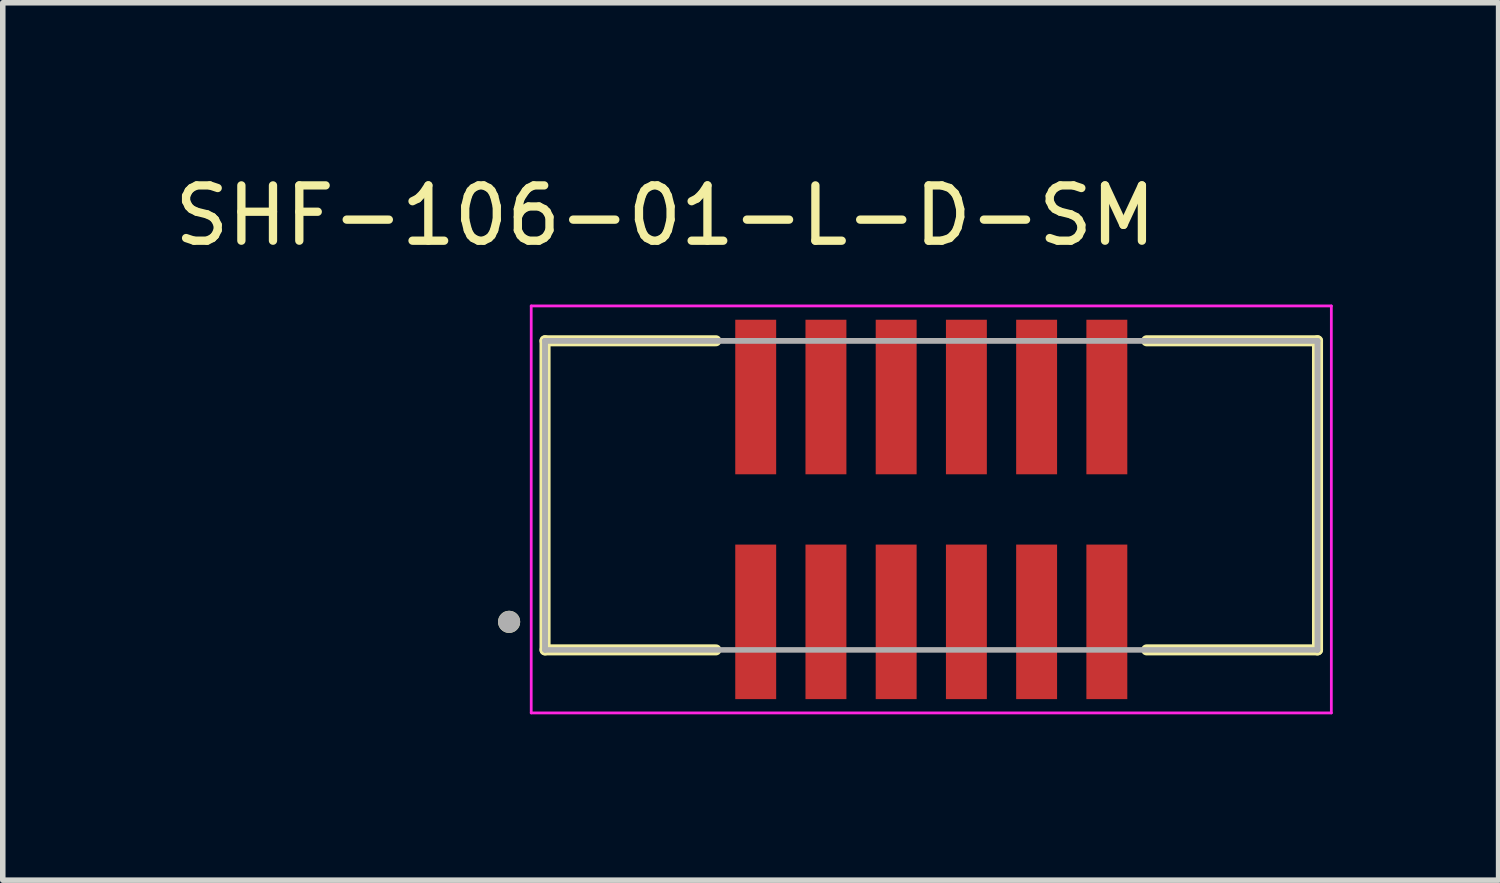
<source format=kicad_pcb>
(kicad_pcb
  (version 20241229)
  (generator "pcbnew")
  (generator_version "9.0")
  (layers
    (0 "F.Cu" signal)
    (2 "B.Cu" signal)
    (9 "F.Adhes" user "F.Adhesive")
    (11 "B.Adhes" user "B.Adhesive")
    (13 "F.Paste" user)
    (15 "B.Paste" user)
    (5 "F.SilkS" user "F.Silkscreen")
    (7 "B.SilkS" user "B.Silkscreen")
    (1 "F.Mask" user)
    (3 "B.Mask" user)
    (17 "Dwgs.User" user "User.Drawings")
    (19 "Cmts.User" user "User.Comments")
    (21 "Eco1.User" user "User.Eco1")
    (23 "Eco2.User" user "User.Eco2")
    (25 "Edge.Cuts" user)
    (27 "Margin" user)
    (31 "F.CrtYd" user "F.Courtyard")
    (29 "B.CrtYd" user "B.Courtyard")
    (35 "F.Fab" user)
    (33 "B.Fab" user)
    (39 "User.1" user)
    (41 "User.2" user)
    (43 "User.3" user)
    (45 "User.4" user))
  (footprint "SHF-106-01-L-D-SM"
    (layer "F.Cu")
    (at 13.792 6.163)
    (property "Reference" "SHF-106-01-L-D-SM" (at -4.81 -5.315 0) (layer "F.SilkS") (effects (font (size 1 1) (thickness 0.15))))
    (attr smd)
    (fp_line (start -6.985 -3.05) (end -3.895 -3.05) (stroke (width 0.2) (type solid)) (layer "F.SilkS"))
    (fp_line (start -6.985 2.54) (end -6.985 -3.05) (stroke (width 0.2) (type solid)) (layer "F.SilkS"))
    (fp_line (start -3.895 2.54) (end -6.985 2.54) (stroke (width 0.2) (type solid)) (layer "F.SilkS"))
    (fp_line (start 3.895 -3.05) (end 6.985 -3.05) (stroke (width 0.2) (type solid)) (layer "F.SilkS"))
    (fp_line (start 3.895 2.54) (end 6.985 2.54) (stroke (width 0.2) (type solid)) (layer "F.SilkS"))
    (fp_line (start 6.985 -3.05) (end 6.985 2.54) (stroke (width 0.2) (type solid)) (layer "F.SilkS"))
    (fp_circle (center -7.635 2.033) (end -7.535 2.033) (stroke (width 0.2) (type solid)) (fill no) (layer "F.SilkS"))
    (fp_line (start -7.235 -3.68) (end 7.235 -3.68) (stroke (width 0.05) (type solid)) (layer "F.CrtYd"))
    (fp_line (start -7.235 3.68) (end -7.235 -3.68) (stroke (width 0.05) (type solid)) (layer "F.CrtYd"))
    (fp_line (start 7.235 -3.68) (end 7.235 3.68) (stroke (width 0.05) (type solid)) (layer "F.CrtYd"))
    (fp_line (start 7.235 3.68) (end -7.235 3.68) (stroke (width 0.05) (type solid)) (layer "F.CrtYd"))
    (fp_line (start -6.985 -3.05) (end 6.985 -3.05) (stroke (width 0.1) (type solid)) (layer "F.Fab"))
    (fp_line (start -6.985 -3.05) (end 6.985 -3.05) (stroke (width 0.1) (type solid)) (layer "F.Fab"))
    (fp_line (start -6.985 2.54) (end -6.985 -3.05) (stroke (width 0.1) (type solid)) (layer "F.Fab"))
    (fp_line (start -6.985 2.54) (end -6.985 -3.05) (stroke (width 0.1) (type solid)) (layer "F.Fab"))
    (fp_line (start 6.985 -3.05) (end 6.985 2.54) (stroke (width 0.1) (type solid)) (layer "F.Fab"))
    (fp_line (start 6.985 -3.05) (end 6.985 2.54) (stroke (width 0.1) (type solid)) (layer "F.Fab"))
    (fp_line (start 6.985 2.54) (end -6.985 2.54) (stroke (width 0.1) (type solid)) (layer "F.Fab"))
    (fp_circle (center -7.635 2.033) (end -7.535 2.033) (stroke (width 0.2) (type solid)) (fill no) (layer "F.Fab"))
    (pad "1" smd rect (at -3.175 2.033) (size 0.74 2.795) (layers "F.Cu" "F.Mask" "F.Paste"))
    (pad "2" smd rect (at -3.175 -2.033) (size 0.74 2.795) (layers "F.Cu" "F.Mask" "F.Paste"))
    (pad "3" smd rect (at -1.905 2.033) (size 0.74 2.795) (layers "F.Cu" "F.Mask" "F.Paste"))
    (pad "4" smd rect (at -1.905 -2.033) (size 0.74 2.795) (layers "F.Cu" "F.Mask" "F.Paste"))
    (pad "5" smd rect (at -0.635 2.033) (size 0.74 2.795) (layers "F.Cu" "F.Mask" "F.Paste"))
    (pad "6" smd rect (at -0.635 -2.033) (size 0.74 2.795) (layers "F.Cu" "F.Mask" "F.Paste"))
    (pad "7" smd rect (at 0.635 2.033) (size 0.74 2.795) (layers "F.Cu" "F.Mask" "F.Paste"))
    (pad "8" smd rect (at 0.635 -2.033) (size 0.74 2.795) (layers "F.Cu" "F.Mask" "F.Paste"))
    (pad "9" smd rect (at 1.905 2.033) (size 0.74 2.795) (layers "F.Cu" "F.Mask" "F.Paste"))
    (pad "10" smd rect (at 1.905 -2.033) (size 0.74 2.795) (layers "F.Cu" "F.Mask" "F.Paste"))
    (pad "11" smd rect (at 3.175 2.033) (size 0.74 2.795) (layers "F.Cu" "F.Mask" "F.Paste"))
    (pad "12" smd rect (at 3.175 -2.033) (size 0.74 2.795) (layers "F.Cu" "F.Mask" "F.Paste")))
  (gr_rect
    (start -3 -3)
    (end 24.052 12.868)
    (stroke (width 0.1) (type default))
    (fill no)
    (layer "Edge.Cuts")))
</source>
